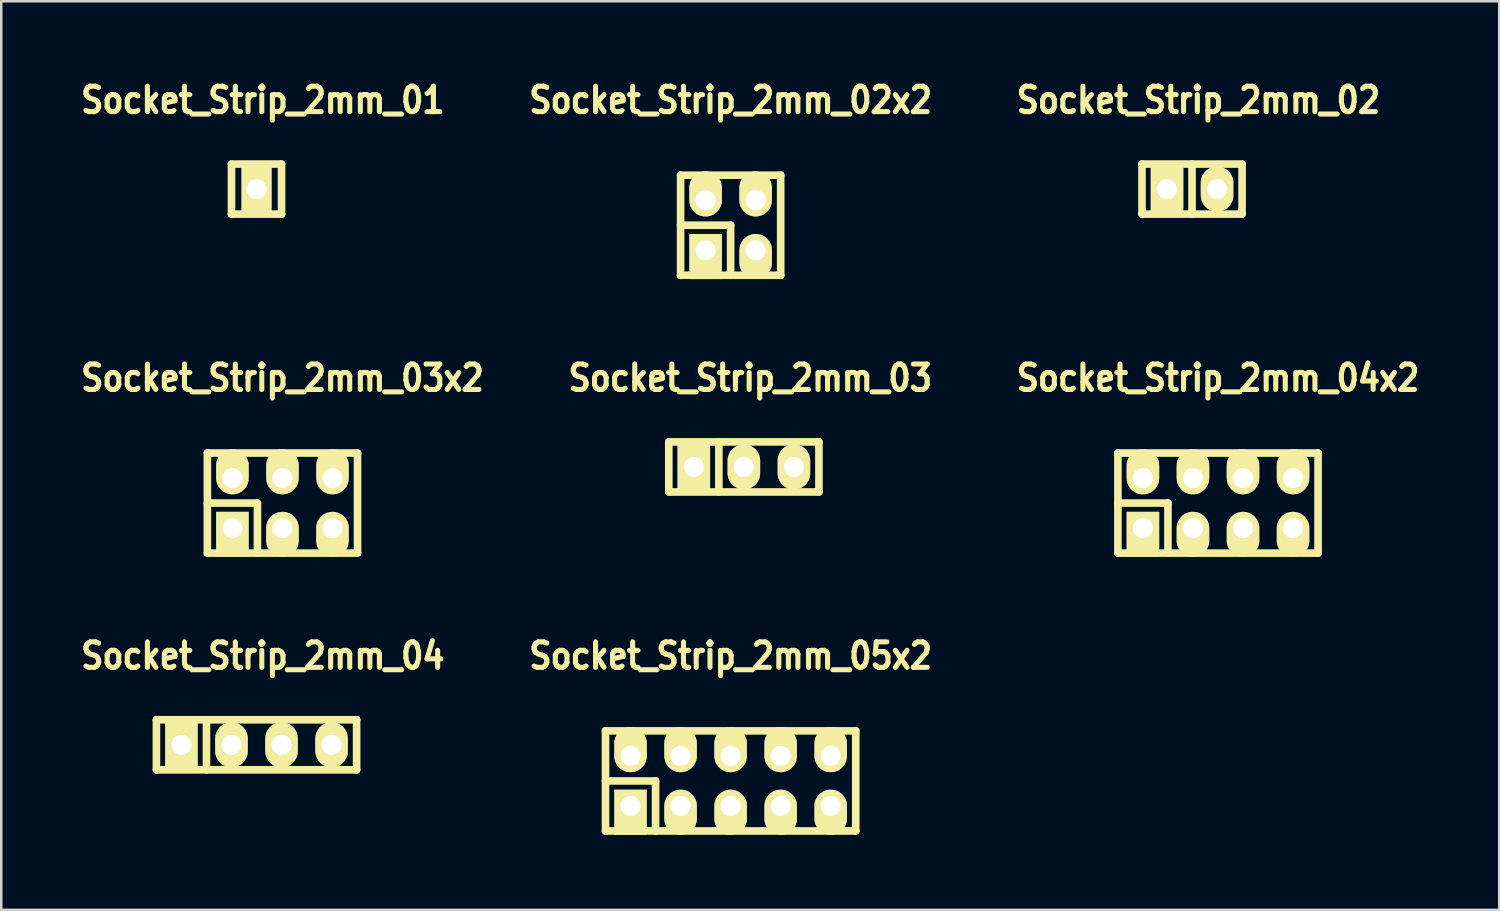
<source format=kicad_pcb>
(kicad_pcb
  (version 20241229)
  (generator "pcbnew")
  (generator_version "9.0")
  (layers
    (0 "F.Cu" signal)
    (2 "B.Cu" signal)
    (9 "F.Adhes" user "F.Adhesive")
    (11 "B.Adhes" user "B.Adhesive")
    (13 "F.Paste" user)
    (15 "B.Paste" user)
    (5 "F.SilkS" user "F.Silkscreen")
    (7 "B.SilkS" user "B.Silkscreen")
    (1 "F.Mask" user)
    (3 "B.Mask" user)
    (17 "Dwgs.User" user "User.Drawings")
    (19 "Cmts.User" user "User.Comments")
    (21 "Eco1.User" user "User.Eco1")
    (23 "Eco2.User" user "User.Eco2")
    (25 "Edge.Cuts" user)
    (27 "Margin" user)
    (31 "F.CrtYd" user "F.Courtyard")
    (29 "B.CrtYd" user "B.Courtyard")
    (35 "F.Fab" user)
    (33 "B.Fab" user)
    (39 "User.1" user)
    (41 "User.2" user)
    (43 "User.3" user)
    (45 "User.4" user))
  (footprint "Socket_Strip_2mm_02"
    (layer "F.Cu")
    (at 44.587 4.507)
    (property "Reference" "Socket_Strip_2mm_02" (at 0.254 -3.556 0) (layer "F.SilkS") (effects (font (size 1.016 0.889) (thickness 0.203))))
    (attr through_hole)
    (fp_line (start -2 -1) (end 2 -1) (stroke (width 0.305) (type solid)) (layer "F.SilkS"))
    (fp_line (start -2 1) (end -2 -1) (stroke (width 0.305) (type solid)) (layer "F.SilkS"))
    (fp_line (start 0 -1) (end 0 1) (stroke (width 0.305) (type solid)) (layer "F.SilkS"))
    (fp_line (start 2 -1) (end 2 1) (stroke (width 0.305) (type solid)) (layer "F.SilkS"))
    (fp_line (start 2 1) (end -2 1) (stroke (width 0.305) (type solid)) (layer "F.SilkS"))
    (pad "1" thru_hole rect (at -1 0) (size 1.3 1.8) (drill 0.8) (layers "*.Cu" "*.Mask" "F.SilkS"))
    (pad "2" thru_hole oval (at 1 0) (size 1.3 1.8) (drill 0.8) (layers "*.Cu" "*.Mask" "F.SilkS")))
  (footprint "Socket_Strip_2mm_04x2"
    (layer "F.Cu")
    (at 45.624 17.054)
    (property "Reference" "Socket_Strip_2mm_04x2" (at 0 -5 0) (layer "F.SilkS") (effects (font (size 1.016 0.889) (thickness 0.203))))
    (attr through_hole)
    (fp_line (start -4 -2) (end 4 -2) (stroke (width 0.305) (type solid)) (layer "F.SilkS"))
    (fp_line (start -4 0) (end -2 0) (stroke (width 0.305) (type solid)) (layer "F.SilkS"))
    (fp_line (start -4 2) (end -4 -2) (stroke (width 0.305) (type solid)) (layer "F.SilkS"))
    (fp_line (start -2 0) (end -2 2) (stroke (width 0.305) (type solid)) (layer "F.SilkS"))
    (fp_line (start 4 -2) (end 4 2) (stroke (width 0.305) (type solid)) (layer "F.SilkS"))
    (fp_line (start 4 2) (end -4 2) (stroke (width 0.305) (type solid)) (layer "F.SilkS"))
    (pad "1" thru_hole rect (at -3 1) (size 1.3 1.8) (drill 0.8 (offset 0 0.25)) (layers "*.Cu" "*.Mask" "F.SilkS"))
    (pad "2" thru_hole oval (at -3 -1) (size 1.3 1.8) (drill 0.8 (offset 0 -0.25)) (layers "*.Cu" "*.Mask" "F.SilkS"))
    (pad "3" thru_hole oval (at -1 1) (size 1.3 1.8) (drill 0.8 (offset 0 0.25)) (layers "*.Cu" "*.Mask" "F.SilkS"))
    (pad "4" thru_hole oval (at -1 -1) (size 1.3 1.8) (drill 0.8 (offset 0 -0.25)) (layers "*.Cu" "*.Mask" "F.SilkS"))
    (pad "5" thru_hole oval (at 1 1) (size 1.3 1.8) (drill 0.8 (offset 0 0.25)) (layers "*.Cu" "*.Mask" "F.SilkS"))
    (pad "6" thru_hole oval (at 1 -1) (size 1.3 1.8) (drill 0.8 (offset 0 -0.25)) (layers "*.Cu" "*.Mask" "F.SilkS"))
    (pad "7" thru_hole oval (at 3 1) (size 1.3 1.8) (drill 0.8 (offset 0 0.25)) (layers "*.Cu" "*.Mask" "F.SilkS"))
    (pad "8" thru_hole oval (at 3 -1) (size 1.3 1.8) (drill 0.8 (offset 0 -0.25)) (layers "*.Cu" "*.Mask" "F.SilkS")))
  (footprint "Socket_Strip_2mm_03x2"
    (layer "F.Cu")
    (at 8.238 17.054)
    (property "Reference" "Socket_Strip_2mm_03x2" (at 0 -5 0) (layer "F.SilkS") (effects (font (size 1.016 0.889) (thickness 0.203))))
    (attr through_hole)
    (fp_line (start -3 -2) (end 3 -2) (stroke (width 0.305) (type solid)) (layer "F.SilkS"))
    (fp_line (start -3 0) (end -1 0) (stroke (width 0.305) (type solid)) (layer "F.SilkS"))
    (fp_line (start -3 2) (end -3 -2) (stroke (width 0.305) (type solid)) (layer "F.SilkS"))
    (fp_line (start -1 0) (end -1 2) (stroke (width 0.305) (type solid)) (layer "F.SilkS"))
    (fp_line (start 3 -2) (end 3 2) (stroke (width 0.305) (type solid)) (layer "F.SilkS"))
    (fp_line (start 3 2) (end -3 2) (stroke (width 0.305) (type solid)) (layer "F.SilkS"))
    (pad "1" thru_hole rect (at -2 1) (size 1.3 1.8) (drill 0.8 (offset 0 0.25)) (layers "*.Cu" "*.Mask" "F.SilkS"))
    (pad "2" thru_hole oval (at -2 -1) (size 1.3 1.8) (drill 0.8 (offset 0 -0.25)) (layers "*.Cu" "*.Mask" "F.SilkS"))
    (pad "3" thru_hole oval (at 0 1) (size 1.3 1.8) (drill 0.8 (offset 0 0.25)) (layers "*.Cu" "*.Mask" "F.SilkS"))
    (pad "4" thru_hole oval (at 0 -1) (size 1.3 1.8) (drill 0.8 (offset 0 -0.25)) (layers "*.Cu" "*.Mask" "F.SilkS"))
    (pad "5" thru_hole oval (at 2 1) (size 1.3 1.8) (drill 0.8 (offset 0 0.25)) (layers "*.Cu" "*.Mask" "F.SilkS"))
    (pad "6" thru_hole oval (at 2 -1) (size 1.3 1.8) (drill 0.8 (offset 0 -0.25)) (layers "*.Cu" "*.Mask" "F.SilkS")))
  (footprint "Socket_Strip_2mm_04"
    (layer "F.Cu")
    (at 7.201 26.714)
    (property "Reference" "Socket_Strip_2mm_04" (at 0.254 -3.556 0) (layer "F.SilkS") (effects (font (size 1.016 0.889) (thickness 0.203))))
    (attr through_hole)
    (fp_line (start -4 -1) (end 4 -1) (stroke (width 0.305) (type solid)) (layer "F.SilkS"))
    (fp_line (start -4 1) (end -4 -1) (stroke (width 0.305) (type solid)) (layer "F.SilkS"))
    (fp_line (start -2 -1) (end -2 1) (stroke (width 0.305) (type solid)) (layer "F.SilkS"))
    (fp_line (start 4 -1) (end 4 1) (stroke (width 0.305) (type solid)) (layer "F.SilkS"))
    (fp_line (start 4 1) (end -4 1) (stroke (width 0.305) (type solid)) (layer "F.SilkS"))
    (pad "1" thru_hole rect (at -3 0) (size 1.3 1.8) (drill 0.8) (layers "*.Cu" "*.Mask" "F.SilkS"))
    (pad "2" thru_hole oval (at -1 0) (size 1.3 1.8) (drill 0.8) (layers "*.Cu" "*.Mask" "F.SilkS"))
    (pad "3" thru_hole oval (at 1 0) (size 1.3 1.8) (drill 0.8) (layers "*.Cu" "*.Mask" "F.SilkS"))
    (pad "4" thru_hole oval (at 3 0) (size 1.3 1.8) (drill 0.8) (layers "*.Cu" "*.Mask" "F.SilkS")))
  (footprint "Socket_Strip_2mm_01"
    (layer "F.Cu")
    (at 7.201 4.507)
    (property "Reference" "Socket_Strip_2mm_01" (at 0.254 -3.556 0) (layer "F.SilkS") (effects (font (size 1.016 0.889) (thickness 0.203))))
    (attr through_hole)
    (fp_line (start -1 -1) (end 1 -1) (stroke (width 0.305) (type solid)) (layer "F.SilkS"))
    (fp_line (start -1 1) (end -1 -1) (stroke (width 0.305) (type solid)) (layer "F.SilkS"))
    (fp_line (start 1 -1) (end 1 1) (stroke (width 0.305) (type solid)) (layer "F.SilkS"))
    (fp_line (start 1 1) (end -1 1) (stroke (width 0.305) (type solid)) (layer "F.SilkS"))
    (pad "1" thru_hole rect (at 0 0) (size 1.2 1.8) (drill 0.8) (layers "*.Cu" "*.Mask" "F.SilkS")))
  (footprint "Socket_Strip_2mm_05x2"
    (layer "F.Cu")
    (at 26.148 28.158)
    (property "Reference" "Socket_Strip_2mm_05x2" (at 0 -5 0) (layer "F.SilkS") (effects (font (size 1.016 0.889) (thickness 0.203))))
    (attr through_hole)
    (fp_line (start -5 -2) (end 5 -2) (stroke (width 0.305) (type solid)) (layer "F.SilkS"))
    (fp_line (start -5 0) (end -3 0) (stroke (width 0.305) (type solid)) (layer "F.SilkS"))
    (fp_line (start -5 2) (end -5 -2) (stroke (width 0.305) (type solid)) (layer "F.SilkS"))
    (fp_line (start -3 0) (end -3 2) (stroke (width 0.305) (type solid)) (layer "F.SilkS"))
    (fp_line (start 5 -2) (end 5 2) (stroke (width 0.305) (type solid)) (layer "F.SilkS"))
    (fp_line (start 5 2) (end -5 2) (stroke (width 0.305) (type solid)) (layer "F.SilkS"))
    (pad "1" thru_hole rect (at -4 1) (size 1.3 1.8) (drill 0.8 (offset 0 0.25)) (layers "*.Cu" "*.Mask" "F.SilkS"))
    (pad "2" thru_hole oval (at -4 -1) (size 1.3 1.8) (drill 0.8 (offset 0 -0.25)) (layers "*.Cu" "*.Mask" "F.SilkS"))
    (pad "3" thru_hole oval (at -2 1) (size 1.3 1.8) (drill 0.8 (offset 0 0.25)) (layers "*.Cu" "*.Mask" "F.SilkS"))
    (pad "4" thru_hole oval (at -2 -1) (size 1.3 1.8) (drill 0.8 (offset 0 -0.25)) (layers "*.Cu" "*.Mask" "F.SilkS"))
    (pad "5" thru_hole oval (at 0 1) (size 1.3 1.8) (drill 0.8 (offset 0 0.25)) (layers "*.Cu" "*.Mask" "F.SilkS"))
    (pad "6" thru_hole oval (at 0 -1) (size 1.3 1.8) (drill 0.8 (offset 0 -0.25)) (layers "*.Cu" "*.Mask" "F.SilkS"))
    (pad "7" thru_hole oval (at 2 1) (size 1.3 1.8) (drill 0.8 (offset 0 0.25)) (layers "*.Cu" "*.Mask" "F.SilkS"))
    (pad "8" thru_hole oval (at 2 -1) (size 1.3 1.8) (drill 0.8 (offset 0 -0.25)) (layers "*.Cu" "*.Mask" "F.SilkS"))
    (pad "9" thru_hole oval (at 4 1) (size 1.3 1.8) (drill 0.8 (offset 0 0.25)) (layers "*.Cu" "*.Mask" "F.SilkS"))
    (pad "10" thru_hole oval (at 4 -1) (size 1.3 1.8) (drill 0.8 (offset 0 -0.25)) (layers "*.Cu" "*.Mask" "F.SilkS")))
  (footprint "Socket_Strip_2mm_02x2"
    (layer "F.Cu")
    (at 26.148 5.951)
    (property "Reference" "Socket_Strip_2mm_02x2" (at 0 -5 0) (layer "F.SilkS") (effects (font (size 1.016 0.889) (thickness 0.203))))
    (attr through_hole)
    (fp_line (start -2 -2) (end 2 -2) (stroke (width 0.305) (type solid)) (layer "F.SilkS"))
    (fp_line (start -2 0) (end 0 0) (stroke (width 0.305) (type solid)) (layer "F.SilkS"))
    (fp_line (start -2 2) (end -2 -2) (stroke (width 0.305) (type solid)) (layer "F.SilkS"))
    (fp_line (start 0 0) (end 0 2) (stroke (width 0.305) (type solid)) (layer "F.SilkS"))
    (fp_line (start 2 -2) (end 2 2) (stroke (width 0.305) (type solid)) (layer "F.SilkS"))
    (fp_line (start 2 2) (end -2 2) (stroke (width 0.305) (type solid)) (layer "F.SilkS"))
    (pad "1" thru_hole rect (at -1 1) (size 1.3 1.8) (drill 0.8 (offset 0 0.25)) (layers "*.Cu" "*.Mask" "F.SilkS"))
    (pad "2" thru_hole oval (at -1 -1) (size 1.3 1.8) (drill 0.8 (offset 0 -0.25)) (layers "*.Cu" "*.Mask" "F.SilkS"))
    (pad "3" thru_hole oval (at 1 1) (size 1.3 1.8) (drill 0.8 (offset 0 0.25)) (layers "*.Cu" "*.Mask" "F.SilkS"))
    (pad "4" thru_hole oval (at 1 -1) (size 1.3 1.8) (drill 0.8 (offset 0 -0.25)) (layers "*.Cu" "*.Mask" "F.SilkS")))
  (footprint "Socket_Strip_2mm_03"
    (layer "F.Cu")
    (at 26.677 15.61)
    (property "Reference" "Socket_Strip_2mm_03" (at 0.254 -3.556 0) (layer "F.SilkS") (effects (font (size 1.016 0.889) (thickness 0.203))))
    (attr through_hole)
    (fp_line (start -3 -1) (end 3 -1) (stroke (width 0.305) (type solid)) (layer "F.SilkS"))
    (fp_line (start -3 1) (end -3 -1) (stroke (width 0.305) (type solid)) (layer "F.SilkS"))
    (fp_line (start -1 -1) (end -1 1) (stroke (width 0.305) (type solid)) (layer "F.SilkS"))
    (fp_line (start 3 -1) (end 3 1) (stroke (width 0.305) (type solid)) (layer "F.SilkS"))
    (fp_line (start 3 1) (end -3 1) (stroke (width 0.305) (type solid)) (layer "F.SilkS"))
    (pad "1" thru_hole rect (at -2 0) (size 1.3 1.8) (drill 0.8) (layers "*.Cu" "*.Mask" "F.SilkS"))
    (pad "2" thru_hole oval (at 0 0) (size 1.3 1.8) (drill 0.8) (layers "*.Cu" "*.Mask" "F.SilkS"))
    (pad "3" thru_hole oval (at 2 0) (size 1.3 1.8) (drill 0.8) (layers "*.Cu" "*.Mask" "F.SilkS")))
  (gr_rect
    (start -3 -3)
    (end 56.862 33.31)
    (stroke (width 0.1) (type default))
    (fill no)
    (layer "Edge.Cuts")))
</source>
